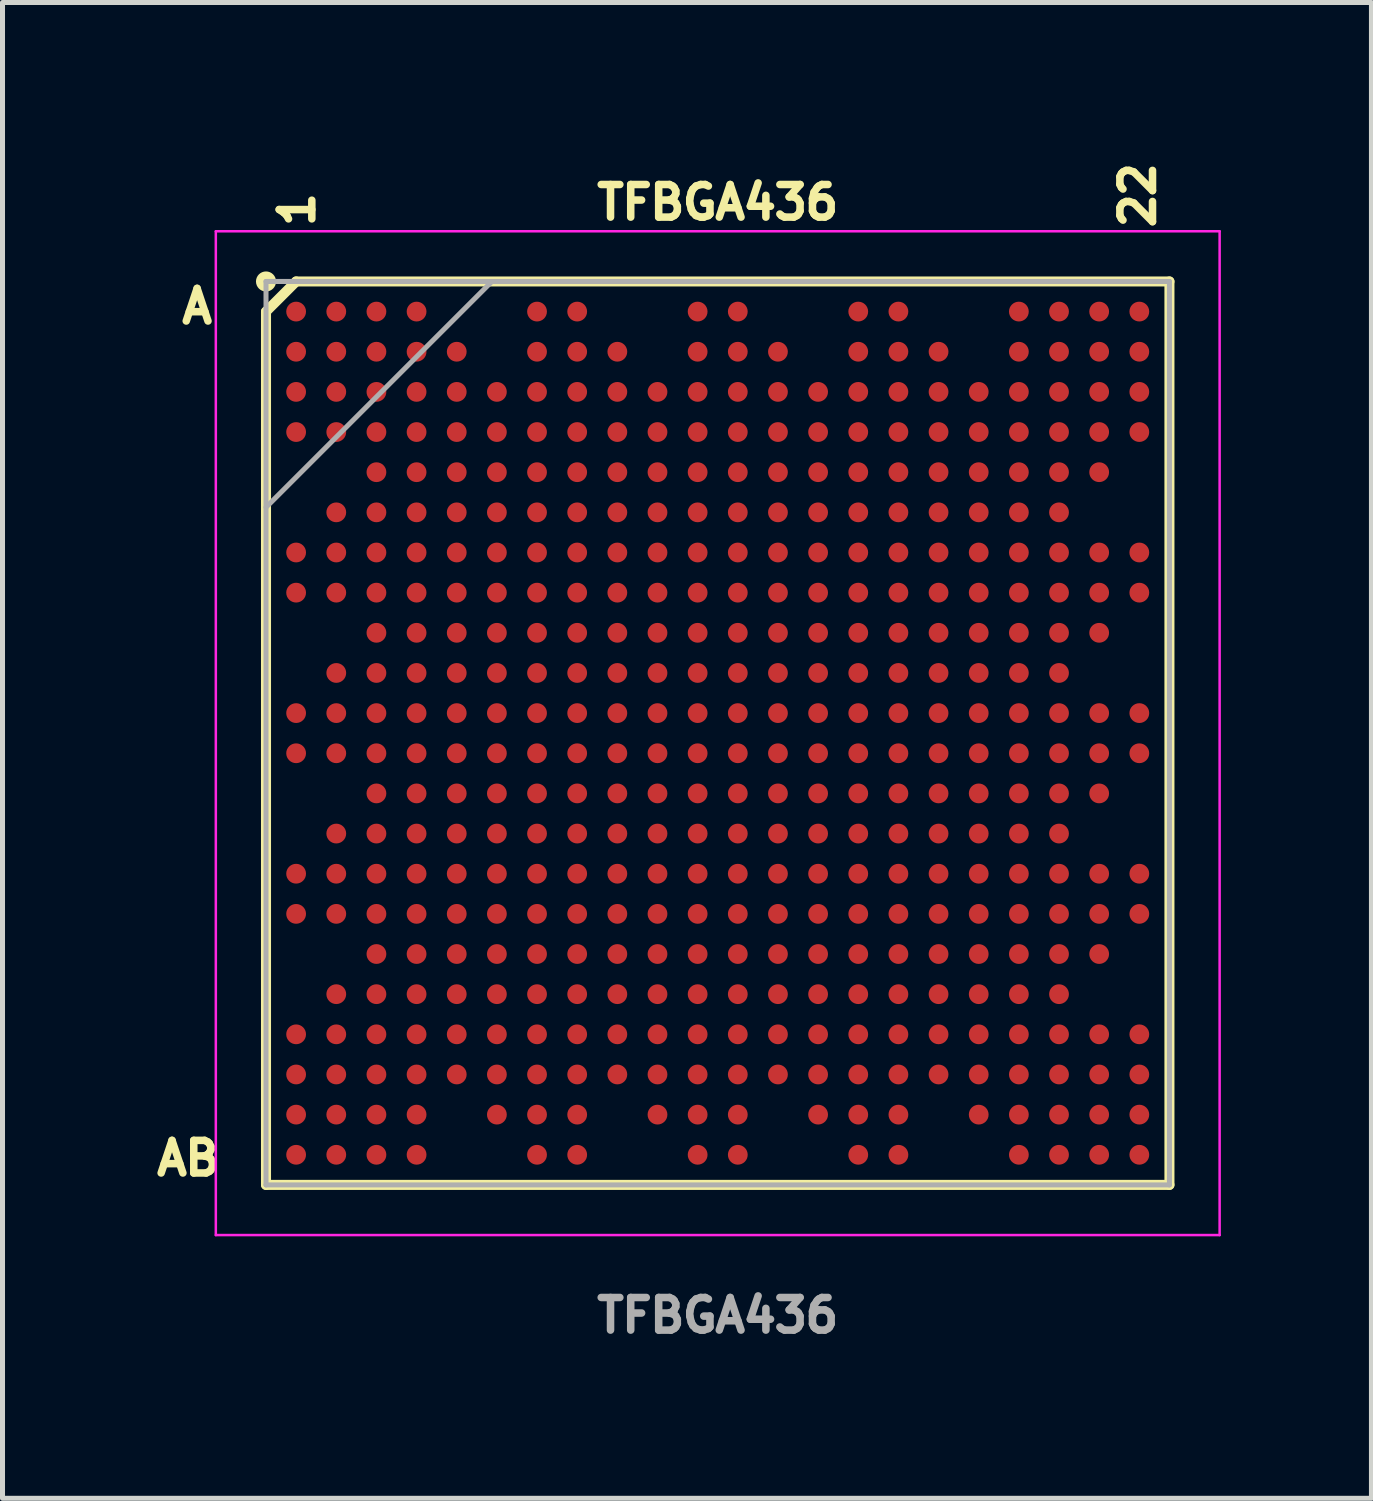
<source format=kicad_pcb>
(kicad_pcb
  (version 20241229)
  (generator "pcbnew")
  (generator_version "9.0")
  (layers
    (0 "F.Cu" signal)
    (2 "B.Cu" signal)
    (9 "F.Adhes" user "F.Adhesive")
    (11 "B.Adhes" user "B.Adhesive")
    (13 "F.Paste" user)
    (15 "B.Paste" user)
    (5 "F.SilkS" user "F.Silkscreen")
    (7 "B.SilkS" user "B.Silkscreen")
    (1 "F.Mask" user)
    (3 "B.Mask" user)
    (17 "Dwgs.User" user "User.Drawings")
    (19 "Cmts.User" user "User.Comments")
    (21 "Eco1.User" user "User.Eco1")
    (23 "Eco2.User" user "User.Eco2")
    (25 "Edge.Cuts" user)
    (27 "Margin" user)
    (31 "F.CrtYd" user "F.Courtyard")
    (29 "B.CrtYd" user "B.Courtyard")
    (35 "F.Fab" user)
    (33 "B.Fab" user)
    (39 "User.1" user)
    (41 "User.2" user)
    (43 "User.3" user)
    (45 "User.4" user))
  (footprint "TFBGA436"
    (layer "F.Cu")
    (at 11.25 11.558)
    (property "Reference" "TFBGA436" (at 0 -10.575 0) (layer "F.SilkS") (effects (font (size 0.65 0.65) (thickness 0.15) (bold yes))))
    (attr smd)
    (fp_line (start -9 -8.4) (end -8.4 -9) (stroke (width 0.2) (type solid)) (layer "F.SilkS"))
    (fp_line (start -9 9) (end -9 -8.4) (stroke (width 0.2) (type solid)) (layer "F.SilkS"))
    (fp_line (start -8.4 -9) (end 9 -9) (stroke (width 0.2) (type solid)) (layer "F.SilkS"))
    (fp_line (start 9 -9) (end 9 9) (stroke (width 0.2) (type solid)) (layer "F.SilkS"))
    (fp_line (start 9 9) (end -9 9) (stroke (width 0.2) (type solid)) (layer "F.SilkS"))
    (fp_circle (center -9 -9) (end -9 -8.9) (stroke (width 0.2) (type solid)) (fill no) (layer "F.SilkS"))
    (fp_line (start -10 -10) (end 10 -10) (stroke (width 0.05) (type solid)) (layer "F.CrtYd"))
    (fp_line (start -10 10) (end -10 -10) (stroke (width 0.05) (type solid)) (layer "F.CrtYd"))
    (fp_line (start 10 -10) (end 10 10) (stroke (width 0.05) (type solid)) (layer "F.CrtYd"))
    (fp_line (start 10 10) (end -10 10) (stroke (width 0.05) (type solid)) (layer "F.CrtYd"))
    (fp_line (start -9 -9) (end 9 -9) (stroke (width 0.1) (type solid)) (layer "F.Fab"))
    (fp_line (start -9 -4.5) (end -4.5 -9) (stroke (width 0.1) (type solid)) (layer "F.Fab"))
    (fp_line (start -9 9) (end -9 -9) (stroke (width 0.1) (type solid)) (layer "F.Fab"))
    (fp_line (start 9 -9) (end 9 9) (stroke (width 0.1) (type solid)) (layer "F.Fab"))
    (fp_line (start 9 9) (end -9 9) (stroke (width 0.1) (type solid)) (layer "F.Fab"))
    (fp_text user "AB" (at -11.25 8.85 0) (unlocked yes) (layer "F.SilkS") (effects (font (size 0.65 0.65) (thickness 0.15)) (justify left bottom)))
    (fp_text user "1" (at -8 -10.025 90) (unlocked yes) (layer "F.SilkS") (effects (font (size 0.65 0.65) (thickness 0.15)) (justify left bottom)))
    (fp_text user "22" (at 8.75 -10 90) (unlocked yes) (layer "F.SilkS") (effects (font (size 0.65 0.65) (thickness 0.15)) (justify left bottom)))
    (fp_text user "A" (at -10.75 -8.125 0) (unlocked yes) (layer "F.SilkS") (effects (font (size 0.65 0.65) (thickness 0.15)) (justify left bottom)))
    (fp_text user "${REFERENCE}" (at 0 11.6 0) (layer "F.Fab") (effects (font (size 0.65 0.65) (thickness 0.15) (bold yes))))
    (pad "A1" smd circle (at -8.4 -8.4 90) (size 0.394 0.394) (layers "F.Cu" "F.Mask" "F.Paste"))
    (pad "A2" smd circle (at -7.6 -8.4 90) (size 0.394 0.394) (layers "F.Cu" "F.Mask" "F.Paste"))
    (pad "A3" smd circle (at -6.8 -8.4 90) (size 0.394 0.394) (layers "F.Cu" "F.Mask" "F.Paste"))
    (pad "A4" smd circle (at -6 -8.4 90) (size 0.394 0.394) (layers "F.Cu" "F.Mask" "F.Paste"))
    (pad "A7" smd circle (at -3.6 -8.4 90) (size 0.394 0.394) (layers "F.Cu" "F.Mask" "F.Paste"))
    (pad "A8" smd circle (at -2.8 -8.4 90) (size 0.394 0.394) (layers "F.Cu" "F.Mask" "F.Paste"))
    (pad "A11" smd circle (at -0.4 -8.4 90) (size 0.394 0.394) (layers "F.Cu" "F.Mask" "F.Paste"))
    (pad "A12" smd circle (at 0.4 -8.4 90) (size 0.394 0.394) (layers "F.Cu" "F.Mask" "F.Paste"))
    (pad "A15" smd circle (at 2.8 -8.4 90) (size 0.394 0.394) (layers "F.Cu" "F.Mask" "F.Paste"))
    (pad "A16" smd circle (at 3.6 -8.4 90) (size 0.394 0.394) (layers "F.Cu" "F.Mask" "F.Paste"))
    (pad "A19" smd circle (at 6 -8.4 90) (size 0.394 0.394) (layers "F.Cu" "F.Mask" "F.Paste"))
    (pad "A20" smd circle (at 6.8 -8.4 90) (size 0.394 0.394) (layers "F.Cu" "F.Mask" "F.Paste"))
    (pad "A21" smd circle (at 7.6 -8.4 90) (size 0.394 0.394) (layers "F.Cu" "F.Mask" "F.Paste"))
    (pad "A22" smd circle (at 8.4 -8.4 90) (size 0.394 0.394) (layers "F.Cu" "F.Mask" "F.Paste"))
    (pad "AA1" smd circle (at -8.4 7.6 90) (size 0.394 0.394) (layers "F.Cu" "F.Mask" "F.Paste"))
    (pad "AA2" smd circle (at -7.6 7.6 90) (size 0.394 0.394) (layers "F.Cu" "F.Mask" "F.Paste"))
    (pad "AA3" smd circle (at -6.8 7.6 90) (size 0.394 0.394) (layers "F.Cu" "F.Mask" "F.Paste"))
    (pad "AA4" smd circle (at -6 7.6 90) (size 0.394 0.394) (layers "F.Cu" "F.Mask" "F.Paste"))
    (pad "AA6" smd circle (at -4.4 7.6 90) (size 0.394 0.394) (layers "F.Cu" "F.Mask" "F.Paste"))
    (pad "AA7" smd circle (at -3.6 7.6 90) (size 0.394 0.394) (layers "F.Cu" "F.Mask" "F.Paste"))
    (pad "AA8" smd circle (at -2.8 7.6 90) (size 0.394 0.394) (layers "F.Cu" "F.Mask" "F.Paste"))
    (pad "AA10" smd circle (at -1.2 7.6 90) (size 0.394 0.394) (layers "F.Cu" "F.Mask" "F.Paste"))
    (pad "AA11" smd circle (at -0.4 7.6 90) (size 0.394 0.394) (layers "F.Cu" "F.Mask" "F.Paste"))
    (pad "AA12" smd circle (at 0.4 7.6 90) (size 0.394 0.394) (layers "F.Cu" "F.Mask" "F.Paste"))
    (pad "AA14" smd circle (at 2 7.6 90) (size 0.394 0.394) (layers "F.Cu" "F.Mask" "F.Paste"))
    (pad "AA15" smd circle (at 2.8 7.6 90) (size 0.394 0.394) (layers "F.Cu" "F.Mask" "F.Paste"))
    (pad "AA16" smd circle (at 3.6 7.6 90) (size 0.394 0.394) (layers "F.Cu" "F.Mask" "F.Paste"))
    (pad "AA18" smd circle (at 5.2 7.6 90) (size 0.394 0.394) (layers "F.Cu" "F.Mask" "F.Paste"))
    (pad "AA19" smd circle (at 6 7.6 90) (size 0.394 0.394) (layers "F.Cu" "F.Mask" "F.Paste"))
    (pad "AA20" smd circle (at 6.8 7.6 90) (size 0.394 0.394) (layers "F.Cu" "F.Mask" "F.Paste"))
    (pad "AA21" smd circle (at 7.6 7.6 90) (size 0.394 0.394) (layers "F.Cu" "F.Mask" "F.Paste"))
    (pad "AA22" smd circle (at 8.4 7.6 90) (size 0.394 0.394) (layers "F.Cu" "F.Mask" "F.Paste"))
    (pad "AB1" smd circle (at -8.4 8.4 90) (size 0.394 0.394) (layers "F.Cu" "F.Mask" "F.Paste"))
    (pad "AB2" smd circle (at -7.6 8.4 90) (size 0.394 0.394) (layers "F.Cu" "F.Mask" "F.Paste"))
    (pad "AB3" smd circle (at -6.8 8.4 90) (size 0.394 0.394) (layers "F.Cu" "F.Mask" "F.Paste"))
    (pad "AB4" smd circle (at -6 8.4 90) (size 0.394 0.394) (layers "F.Cu" "F.Mask" "F.Paste"))
    (pad "AB7" smd circle (at -3.6 8.4 90) (size 0.394 0.394) (layers "F.Cu" "F.Mask" "F.Paste"))
    (pad "AB8" smd circle (at -2.8 8.4 90) (size 0.394 0.394) (layers "F.Cu" "F.Mask" "F.Paste"))
    (pad "AB11" smd circle (at -0.4 8.4 90) (size 0.394 0.394) (layers "F.Cu" "F.Mask" "F.Paste"))
    (pad "AB12" smd circle (at 0.4 8.4 90) (size 0.394 0.394) (layers "F.Cu" "F.Mask" "F.Paste"))
    (pad "AB15" smd circle (at 2.8 8.4 90) (size 0.394 0.394) (layers "F.Cu" "F.Mask" "F.Paste"))
    (pad "AB16" smd circle (at 3.6 8.4 90) (size 0.394 0.394) (layers "F.Cu" "F.Mask" "F.Paste"))
    (pad "AB19" smd circle (at 6 8.4 90) (size 0.394 0.394) (layers "F.Cu" "F.Mask" "F.Paste"))
    (pad "AB20" smd circle (at 6.8 8.4 90) (size 0.394 0.394) (layers "F.Cu" "F.Mask" "F.Paste"))
    (pad "AB21" smd circle (at 7.6 8.4 90) (size 0.394 0.394) (layers "F.Cu" "F.Mask" "F.Paste"))
    (pad "AB22" smd circle (at 8.4 8.4 90) (size 0.394 0.394) (layers "F.Cu" "F.Mask" "F.Paste"))
    (pad "B1" smd circle (at -8.4 -7.6 90) (size 0.394 0.394) (layers "F.Cu" "F.Mask" "F.Paste"))
    (pad "B2" smd circle (at -7.6 -7.6 90) (size 0.394 0.394) (layers "F.Cu" "F.Mask" "F.Paste"))
    (pad "B3" smd circle (at -6.8 -7.6 90) (size 0.394 0.394) (layers "F.Cu" "F.Mask" "F.Paste"))
    (pad "B4" smd circle (at -6 -7.6 90) (size 0.394 0.394) (layers "F.Cu" "F.Mask" "F.Paste"))
    (pad "B5" smd circle (at -5.2 -7.6 90) (size 0.394 0.394) (layers "F.Cu" "F.Mask" "F.Paste"))
    (pad "B7" smd circle (at -3.6 -7.6 90) (size 0.394 0.394) (layers "F.Cu" "F.Mask" "F.Paste"))
    (pad "B8" smd circle (at -2.8 -7.6 90) (size 0.394 0.394) (layers "F.Cu" "F.Mask" "F.Paste"))
    (pad "B9" smd circle (at -2 -7.6 90) (size 0.394 0.394) (layers "F.Cu" "F.Mask" "F.Paste"))
    (pad "B11" smd circle (at -0.4 -7.6 90) (size 0.394 0.394) (layers "F.Cu" "F.Mask" "F.Paste"))
    (pad "B12" smd circle (at 0.4 -7.6 90) (size 0.394 0.394) (layers "F.Cu" "F.Mask" "F.Paste"))
    (pad "B13" smd circle (at 1.2 -7.6 90) (size 0.394 0.394) (layers "F.Cu" "F.Mask" "F.Paste"))
    (pad "B15" smd circle (at 2.8 -7.6 90) (size 0.394 0.394) (layers "F.Cu" "F.Mask" "F.Paste"))
    (pad "B16" smd circle (at 3.6 -7.6 90) (size 0.394 0.394) (layers "F.Cu" "F.Mask" "F.Paste"))
    (pad "B17" smd circle (at 4.4 -7.6 90) (size 0.394 0.394) (layers "F.Cu" "F.Mask" "F.Paste"))
    (pad "B19" smd circle (at 6 -7.6 90) (size 0.394 0.394) (layers "F.Cu" "F.Mask" "F.Paste"))
    (pad "B20" smd circle (at 6.8 -7.6 90) (size 0.394 0.394) (layers "F.Cu" "F.Mask" "F.Paste"))
    (pad "B21" smd circle (at 7.6 -7.6 90) (size 0.394 0.394) (layers "F.Cu" "F.Mask" "F.Paste"))
    (pad "B22" smd circle (at 8.4 -7.6 90) (size 0.394 0.394) (layers "F.Cu" "F.Mask" "F.Paste"))
    (pad "C1" smd circle (at -8.4 -6.8 90) (size 0.394 0.394) (layers "F.Cu" "F.Mask" "F.Paste"))
    (pad "C2" smd circle (at -7.6 -6.8 90) (size 0.394 0.394) (layers "F.Cu" "F.Mask" "F.Paste"))
    (pad "C3" smd circle (at -6.8 -6.8 90) (size 0.394 0.394) (layers "F.Cu" "F.Mask" "F.Paste"))
    (pad "C4" smd circle (at -6 -6.8 90) (size 0.394 0.394) (layers "F.Cu" "F.Mask" "F.Paste"))
    (pad "C5" smd circle (at -5.2 -6.8 90) (size 0.394 0.394) (layers "F.Cu" "F.Mask" "F.Paste"))
    (pad "C6" smd circle (at -4.4 -6.8 90) (size 0.394 0.394) (layers "F.Cu" "F.Mask" "F.Paste"))
    (pad "C7" smd circle (at -3.6 -6.8 90) (size 0.394 0.394) (layers "F.Cu" "F.Mask" "F.Paste"))
    (pad "C8" smd circle (at -2.8 -6.8 90) (size 0.394 0.394) (layers "F.Cu" "F.Mask" "F.Paste"))
    (pad "C9" smd circle (at -2 -6.8 90) (size 0.394 0.394) (layers "F.Cu" "F.Mask" "F.Paste"))
    (pad "C10" smd circle (at -1.2 -6.8 90) (size 0.394 0.394) (layers "F.Cu" "F.Mask" "F.Paste"))
    (pad "C11" smd circle (at -0.4 -6.8 90) (size 0.394 0.394) (layers "F.Cu" "F.Mask" "F.Paste"))
    (pad "C12" smd circle (at 0.4 -6.8 90) (size 0.394 0.394) (layers "F.Cu" "F.Mask" "F.Paste"))
    (pad "C13" smd circle (at 1.2 -6.8 90) (size 0.394 0.394) (layers "F.Cu" "F.Mask" "F.Paste"))
    (pad "C14" smd circle (at 2 -6.8 90) (size 0.394 0.394) (layers "F.Cu" "F.Mask" "F.Paste"))
    (pad "C15" smd circle (at 2.8 -6.8 90) (size 0.394 0.394) (layers "F.Cu" "F.Mask" "F.Paste"))
    (pad "C16" smd circle (at 3.6 -6.8 90) (size 0.394 0.394) (layers "F.Cu" "F.Mask" "F.Paste"))
    (pad "C17" smd circle (at 4.4 -6.8 90) (size 0.394 0.394) (layers "F.Cu" "F.Mask" "F.Paste"))
    (pad "C18" smd circle (at 5.2 -6.8 90) (size 0.394 0.394) (layers "F.Cu" "F.Mask" "F.Paste"))
    (pad "C19" smd circle (at 6 -6.8 90) (size 0.394 0.394) (layers "F.Cu" "F.Mask" "F.Paste"))
    (pad "C20" smd circle (at 6.8 -6.8 90) (size 0.394 0.394) (layers "F.Cu" "F.Mask" "F.Paste"))
    (pad "C21" smd circle (at 7.6 -6.8 90) (size 0.394 0.394) (layers "F.Cu" "F.Mask" "F.Paste"))
    (pad "C22" smd circle (at 8.4 -6.8 90) (size 0.394 0.394) (layers "F.Cu" "F.Mask" "F.Paste"))
    (pad "D1" smd circle (at -8.4 -6 90) (size 0.394 0.394) (layers "F.Cu" "F.Mask" "F.Paste"))
    (pad "D2" smd circle (at -7.6 -6 90) (size 0.394 0.394) (layers "F.Cu" "F.Mask" "F.Paste"))
    (pad "D3" smd circle (at -6.8 -6 90) (size 0.394 0.394) (layers "F.Cu" "F.Mask" "F.Paste"))
    (pad "D4" smd circle (at -6 -6 90) (size 0.394 0.394) (layers "F.Cu" "F.Mask" "F.Paste"))
    (pad "D5" smd circle (at -5.2 -6 90) (size 0.394 0.394) (layers "F.Cu" "F.Mask" "F.Paste"))
    (pad "D6" smd circle (at -4.4 -6 90) (size 0.394 0.394) (layers "F.Cu" "F.Mask" "F.Paste"))
    (pad "D7" smd circle (at -3.6 -6 90) (size 0.394 0.394) (layers "F.Cu" "F.Mask" "F.Paste"))
    (pad "D8" smd circle (at -2.8 -6 90) (size 0.394 0.394) (layers "F.Cu" "F.Mask" "F.Paste"))
    (pad "D9" smd circle (at -2 -6 90) (size 0.394 0.394) (layers "F.Cu" "F.Mask" "F.Paste"))
    (pad "D10" smd circle (at -1.2 -6 90) (size 0.394 0.394) (layers "F.Cu" "F.Mask" "F.Paste"))
    (pad "D11" smd circle (at -0.4 -6 90) (size 0.394 0.394) (layers "F.Cu" "F.Mask" "F.Paste"))
    (pad "D12" smd circle (at 0.4 -6 90) (size 0.394 0.394) (layers "F.Cu" "F.Mask" "F.Paste"))
    (pad "D13" smd circle (at 1.2 -6 90) (size 0.394 0.394) (layers "F.Cu" "F.Mask" "F.Paste"))
    (pad "D14" smd circle (at 2 -6 90) (size 0.394 0.394) (layers "F.Cu" "F.Mask" "F.Paste"))
    (pad "D15" smd circle (at 2.8 -6 90) (size 0.394 0.394) (layers "F.Cu" "F.Mask" "F.Paste"))
    (pad "D16" smd circle (at 3.6 -6 90) (size 0.394 0.394) (layers "F.Cu" "F.Mask" "F.Paste"))
    (pad "D17" smd circle (at 4.4 -6 90) (size 0.394 0.394) (layers "F.Cu" "F.Mask" "F.Paste"))
    (pad "D18" smd circle (at 5.2 -6 90) (size 0.394 0.394) (layers "F.Cu" "F.Mask" "F.Paste"))
    (pad "D19" smd circle (at 6 -6 90) (size 0.394 0.394) (layers "F.Cu" "F.Mask" "F.Paste"))
    (pad "D20" smd circle (at 6.8 -6 90) (size 0.394 0.394) (layers "F.Cu" "F.Mask" "F.Paste"))
    (pad "D21" smd circle (at 7.6 -6 90) (size 0.394 0.394) (layers "F.Cu" "F.Mask" "F.Paste"))
    (pad "D22" smd circle (at 8.4 -6 90) (size 0.394 0.394) (layers "F.Cu" "F.Mask" "F.Paste"))
    (pad "E3" smd circle (at -6.8 -5.2 90) (size 0.394 0.394) (layers "F.Cu" "F.Mask" "F.Paste"))
    (pad "E4" smd circle (at -6 -5.2 90) (size 0.394 0.394) (layers "F.Cu" "F.Mask" "F.Paste"))
    (pad "E5" smd circle (at -5.2 -5.2 90) (size 0.394 0.394) (layers "F.Cu" "F.Mask" "F.Paste"))
    (pad "E6" smd circle (at -4.4 -5.2 90) (size 0.394 0.394) (layers "F.Cu" "F.Mask" "F.Paste"))
    (pad "E7" smd circle (at -3.6 -5.2 90) (size 0.394 0.394) (layers "F.Cu" "F.Mask" "F.Paste"))
    (pad "E8" smd circle (at -2.8 -5.2 90) (size 0.394 0.394) (layers "F.Cu" "F.Mask" "F.Paste"))
    (pad "E9" smd circle (at -2 -5.2 90) (size 0.394 0.394) (layers "F.Cu" "F.Mask" "F.Paste"))
    (pad "E10" smd circle (at -1.2 -5.2 90) (size 0.394 0.394) (layers "F.Cu" "F.Mask" "F.Paste"))
    (pad "E11" smd circle (at -0.4 -5.2 90) (size 0.394 0.394) (layers "F.Cu" "F.Mask" "F.Paste"))
    (pad "E12" smd circle (at 0.4 -5.2 90) (size 0.394 0.394) (layers "F.Cu" "F.Mask" "F.Paste"))
    (pad "E13" smd circle (at 1.2 -5.2 90) (size 0.394 0.394) (layers "F.Cu" "F.Mask" "F.Paste"))
    (pad "E14" smd circle (at 2 -5.2 90) (size 0.394 0.394) (layers "F.Cu" "F.Mask" "F.Paste"))
    (pad "E15" smd circle (at 2.8 -5.2 90) (size 0.394 0.394) (layers "F.Cu" "F.Mask" "F.Paste"))
    (pad "E16" smd circle (at 3.6 -5.2 90) (size 0.394 0.394) (layers "F.Cu" "F.Mask" "F.Paste"))
    (pad "E17" smd circle (at 4.4 -5.2 90) (size 0.394 0.394) (layers "F.Cu" "F.Mask" "F.Paste"))
    (pad "E18" smd circle (at 5.2 -5.2 90) (size 0.394 0.394) (layers "F.Cu" "F.Mask" "F.Paste"))
    (pad "E19" smd circle (at 6 -5.2 90) (size 0.394 0.394) (layers "F.Cu" "F.Mask" "F.Paste"))
    (pad "E20" smd circle (at 6.8 -5.2 90) (size 0.394 0.394) (layers "F.Cu" "F.Mask" "F.Paste"))
    (pad "E21" smd circle (at 7.6 -5.2 90) (size 0.394 0.394) (layers "F.Cu" "F.Mask" "F.Paste"))
    (pad "F2" smd circle (at -7.6 -4.4 90) (size 0.394 0.394) (layers "F.Cu" "F.Mask" "F.Paste"))
    (pad "F3" smd circle (at -6.8 -4.4 90) (size 0.394 0.394) (layers "F.Cu" "F.Mask" "F.Paste"))
    (pad "F4" smd circle (at -6 -4.4 90) (size 0.394 0.394) (layers "F.Cu" "F.Mask" "F.Paste"))
    (pad "F5" smd circle (at -5.2 -4.4 90) (size 0.394 0.394) (layers "F.Cu" "F.Mask" "F.Paste"))
    (pad "F6" smd circle (at -4.4 -4.4 90) (size 0.394 0.394) (layers "F.Cu" "F.Mask" "F.Paste"))
    (pad "F7" smd circle (at -3.6 -4.4 90) (size 0.394 0.394) (layers "F.Cu" "F.Mask" "F.Paste"))
    (pad "F8" smd circle (at -2.8 -4.4 90) (size 0.394 0.394) (layers "F.Cu" "F.Mask" "F.Paste"))
    (pad "F9" smd circle (at -2 -4.4 90) (size 0.394 0.394) (layers "F.Cu" "F.Mask" "F.Paste"))
    (pad "F10" smd circle (at -1.2 -4.4 90) (size 0.394 0.394) (layers "F.Cu" "F.Mask" "F.Paste"))
    (pad "F11" smd circle (at -0.4 -4.4 90) (size 0.394 0.394) (layers "F.Cu" "F.Mask" "F.Paste"))
    (pad "F12" smd circle (at 0.4 -4.4 90) (size 0.394 0.394) (layers "F.Cu" "F.Mask" "F.Paste"))
    (pad "F13" smd circle (at 1.2 -4.4 90) (size 0.394 0.394) (layers "F.Cu" "F.Mask" "F.Paste"))
    (pad "F14" smd circle (at 2 -4.4 90) (size 0.394 0.394) (layers "F.Cu" "F.Mask" "F.Paste"))
    (pad "F15" smd circle (at 2.8 -4.4 90) (size 0.394 0.394) (layers "F.Cu" "F.Mask" "F.Paste"))
    (pad "F16" smd circle (at 3.6 -4.4 90) (size 0.394 0.394) (layers "F.Cu" "F.Mask" "F.Paste"))
    (pad "F17" smd circle (at 4.4 -4.4 90) (size 0.394 0.394) (layers "F.Cu" "F.Mask" "F.Paste"))
    (pad "F18" smd circle (at 5.2 -4.4 90) (size 0.394 0.394) (layers "F.Cu" "F.Mask" "F.Paste"))
    (pad "F19" smd circle (at 6 -4.4 90) (size 0.394 0.394) (layers "F.Cu" "F.Mask" "F.Paste"))
    (pad "F20" smd circle (at 6.8 -4.4 90) (size 0.394 0.394) (layers "F.Cu" "F.Mask" "F.Paste"))
    (pad "G1" smd circle (at -8.4 -3.6 90) (size 0.394 0.394) (layers "F.Cu" "F.Mask" "F.Paste"))
    (pad "G2" smd circle (at -7.6 -3.6 90) (size 0.394 0.394) (layers "F.Cu" "F.Mask" "F.Paste"))
    (pad "G3" smd circle (at -6.8 -3.6 90) (size 0.394 0.394) (layers "F.Cu" "F.Mask" "F.Paste"))
    (pad "G4" smd circle (at -6 -3.6 90) (size 0.394 0.394) (layers "F.Cu" "F.Mask" "F.Paste"))
    (pad "G5" smd circle (at -5.2 -3.6 90) (size 0.394 0.394) (layers "F.Cu" "F.Mask" "F.Paste"))
    (pad "G6" smd circle (at -4.4 -3.6 90) (size 0.394 0.394) (layers "F.Cu" "F.Mask" "F.Paste"))
    (pad "G7" smd circle (at -3.6 -3.6 90) (size 0.394 0.394) (layers "F.Cu" "F.Mask" "F.Paste"))
    (pad "G8" smd circle (at -2.8 -3.6 90) (size 0.394 0.394) (layers "F.Cu" "F.Mask" "F.Paste"))
    (pad "G9" smd circle (at -2 -3.6 90) (size 0.394 0.394) (layers "F.Cu" "F.Mask" "F.Paste"))
    (pad "G10" smd circle (at -1.2 -3.6 90) (size 0.394 0.394) (layers "F.Cu" "F.Mask" "F.Paste"))
    (pad "G11" smd circle (at -0.4 -3.6 90) (size 0.394 0.394) (layers "F.Cu" "F.Mask" "F.Paste"))
    (pad "G12" smd circle (at 0.4 -3.6 90) (size 0.394 0.394) (layers "F.Cu" "F.Mask" "F.Paste"))
    (pad "G13" smd circle (at 1.2 -3.6 90) (size 0.394 0.394) (layers "F.Cu" "F.Mask" "F.Paste"))
    (pad "G14" smd circle (at 2 -3.6 90) (size 0.394 0.394) (layers "F.Cu" "F.Mask" "F.Paste"))
    (pad "G15" smd circle (at 2.8 -3.6 90) (size 0.394 0.394) (layers "F.Cu" "F.Mask" "F.Paste"))
    (pad "G16" smd circle (at 3.6 -3.6 90) (size 0.394 0.394) (layers "F.Cu" "F.Mask" "F.Paste"))
    (pad "G17" smd circle (at 4.4 -3.6 90) (size 0.394 0.394) (layers "F.Cu" "F.Mask" "F.Paste"))
    (pad "G18" smd circle (at 5.2 -3.6 90) (size 0.394 0.394) (layers "F.Cu" "F.Mask" "F.Paste"))
    (pad "G19" smd circle (at 6 -3.6 90) (size 0.394 0.394) (layers "F.Cu" "F.Mask" "F.Paste"))
    (pad "G20" smd circle (at 6.8 -3.6 90) (size 0.394 0.394) (layers "F.Cu" "F.Mask" "F.Paste"))
    (pad "G21" smd circle (at 7.6 -3.6 90) (size 0.394 0.394) (layers "F.Cu" "F.Mask" "F.Paste"))
    (pad "G22" smd circle (at 8.4 -3.6 90) (size 0.394 0.394) (layers "F.Cu" "F.Mask" "F.Paste"))
    (pad "H1" smd circle (at -8.4 -2.8 90) (size 0.394 0.394) (layers "F.Cu" "F.Mask" "F.Paste"))
    (pad "H2" smd circle (at -7.6 -2.8 90) (size 0.394 0.394) (layers "F.Cu" "F.Mask" "F.Paste"))
    (pad "H3" smd circle (at -6.8 -2.8 90) (size 0.394 0.394) (layers "F.Cu" "F.Mask" "F.Paste"))
    (pad "H4" smd circle (at -6 -2.8 90) (size 0.394 0.394) (layers "F.Cu" "F.Mask" "F.Paste"))
    (pad "H5" smd circle (at -5.2 -2.8 90) (size 0.394 0.394) (layers "F.Cu" "F.Mask" "F.Paste"))
    (pad "H6" smd circle (at -4.4 -2.8 90) (size 0.394 0.394) (layers "F.Cu" "F.Mask" "F.Paste"))
    (pad "H7" smd circle (at -3.6 -2.8 90) (size 0.394 0.394) (layers "F.Cu" "F.Mask" "F.Paste"))
    (pad "H8" smd circle (at -2.8 -2.8 90) (size 0.394 0.394) (layers "F.Cu" "F.Mask" "F.Paste"))
    (pad "H9" smd circle (at -2 -2.8 90) (size 0.394 0.394) (layers "F.Cu" "F.Mask" "F.Paste"))
    (pad "H10" smd circle (at -1.2 -2.8 90) (size 0.394 0.394) (layers "F.Cu" "F.Mask" "F.Paste"))
    (pad "H11" smd circle (at -0.4 -2.8 90) (size 0.394 0.394) (layers "F.Cu" "F.Mask" "F.Paste"))
    (pad "H12" smd circle (at 0.4 -2.8 90) (size 0.394 0.394) (layers "F.Cu" "F.Mask" "F.Paste"))
    (pad "H13" smd circle (at 1.2 -2.8 90) (size 0.394 0.394) (layers "F.Cu" "F.Mask" "F.Paste"))
    (pad "H14" smd circle (at 2 -2.8 90) (size 0.394 0.394) (layers "F.Cu" "F.Mask" "F.Paste"))
    (pad "H15" smd circle (at 2.8 -2.8 90) (size 0.394 0.394) (layers "F.Cu" "F.Mask" "F.Paste"))
    (pad "H16" smd circle (at 3.6 -2.8 90) (size 0.394 0.394) (layers "F.Cu" "F.Mask" "F.Paste"))
    (pad "H17" smd circle (at 4.4 -2.8 90) (size 0.394 0.394) (layers "F.Cu" "F.Mask" "F.Paste"))
    (pad "H18" smd circle (at 5.2 -2.8 90) (size 0.394 0.394) (layers "F.Cu" "F.Mask" "F.Paste"))
    (pad "H19" smd circle (at 6 -2.8 90) (size 0.394 0.394) (layers "F.Cu" "F.Mask" "F.Paste"))
    (pad "H20" smd circle (at 6.8 -2.8 90) (size 0.394 0.394) (layers "F.Cu" "F.Mask" "F.Paste"))
    (pad "H21" smd circle (at 7.6 -2.8 90) (size 0.394 0.394) (layers "F.Cu" "F.Mask" "F.Paste"))
    (pad "H22" smd circle (at 8.4 -2.8 90) (size 0.394 0.394) (layers "F.Cu" "F.Mask" "F.Paste"))
    (pad "J3" smd circle (at -6.8 -2 90) (size 0.394 0.394) (layers "F.Cu" "F.Mask" "F.Paste"))
    (pad "J4" smd circle (at -6 -2 90) (size 0.394 0.394) (layers "F.Cu" "F.Mask" "F.Paste"))
    (pad "J5" smd circle (at -5.2 -2 90) (size 0.394 0.394) (layers "F.Cu" "F.Mask" "F.Paste"))
    (pad "J6" smd circle (at -4.4 -2 90) (size 0.394 0.394) (layers "F.Cu" "F.Mask" "F.Paste"))
    (pad "J7" smd circle (at -3.6 -2 90) (size 0.394 0.394) (layers "F.Cu" "F.Mask" "F.Paste"))
    (pad "J8" smd circle (at -2.8 -2 90) (size 0.394 0.394) (layers "F.Cu" "F.Mask" "F.Paste"))
    (pad "J9" smd circle (at -2 -2 90) (size 0.394 0.394) (layers "F.Cu" "F.Mask" "F.Paste"))
    (pad "J10" smd circle (at -1.2 -2 90) (size 0.394 0.394) (layers "F.Cu" "F.Mask" "F.Paste"))
    (pad "J11" smd circle (at -0.4 -2 90) (size 0.394 0.394) (layers "F.Cu" "F.Mask" "F.Paste"))
    (pad "J12" smd circle (at 0.4 -2 90) (size 0.394 0.394) (layers "F.Cu" "F.Mask" "F.Paste"))
    (pad "J13" smd circle (at 1.2 -2 90) (size 0.394 0.394) (layers "F.Cu" "F.Mask" "F.Paste"))
    (pad "J14" smd circle (at 2 -2 90) (size 0.394 0.394) (layers "F.Cu" "F.Mask" "F.Paste"))
    (pad "J15" smd circle (at 2.8 -2 90) (size 0.394 0.394) (layers "F.Cu" "F.Mask" "F.Paste"))
    (pad "J16" smd circle (at 3.6 -2 90) (size 0.394 0.394) (layers "F.Cu" "F.Mask" "F.Paste"))
    (pad "J17" smd circle (at 4.4 -2 90) (size 0.394 0.394) (layers "F.Cu" "F.Mask" "F.Paste"))
    (pad "J18" smd circle (at 5.2 -2 90) (size 0.394 0.394) (layers "F.Cu" "F.Mask" "F.Paste"))
    (pad "J19" smd circle (at 6 -2 90) (size 0.394 0.394) (layers "F.Cu" "F.Mask" "F.Paste"))
    (pad "J20" smd circle (at 6.8 -2 90) (size 0.394 0.394) (layers "F.Cu" "F.Mask" "F.Paste"))
    (pad "J21" smd circle (at 7.6 -2 90) (size 0.394 0.394) (layers "F.Cu" "F.Mask" "F.Paste"))
    (pad "K2" smd circle (at -7.6 -1.2 90) (size 0.394 0.394) (layers "F.Cu" "F.Mask" "F.Paste"))
    (pad "K3" smd circle (at -6.8 -1.2 90) (size 0.394 0.394) (layers "F.Cu" "F.Mask" "F.Paste"))
    (pad "K4" smd circle (at -6 -1.2 90) (size 0.394 0.394) (layers "F.Cu" "F.Mask" "F.Paste"))
    (pad "K5" smd circle (at -5.2 -1.2 90) (size 0.394 0.394) (layers "F.Cu" "F.Mask" "F.Paste"))
    (pad "K6" smd circle (at -4.4 -1.2 90) (size 0.394 0.394) (layers "F.Cu" "F.Mask" "F.Paste"))
    (pad "K7" smd circle (at -3.6 -1.2 90) (size 0.394 0.394) (layers "F.Cu" "F.Mask" "F.Paste"))
    (pad "K8" smd circle (at -2.8 -1.2 90) (size 0.394 0.394) (layers "F.Cu" "F.Mask" "F.Paste"))
    (pad "K9" smd circle (at -2 -1.2 90) (size 0.394 0.394) (layers "F.Cu" "F.Mask" "F.Paste"))
    (pad "K10" smd circle (at -1.2 -1.2 90) (size 0.394 0.394) (layers "F.Cu" "F.Mask" "F.Paste"))
    (pad "K11" smd circle (at -0.4 -1.2 90) (size 0.394 0.394) (layers "F.Cu" "F.Mask" "F.Paste"))
    (pad "K12" smd circle (at 0.4 -1.2 90) (size 0.394 0.394) (layers "F.Cu" "F.Mask" "F.Paste"))
    (pad "K13" smd circle (at 1.2 -1.2 90) (size 0.394 0.394) (layers "F.Cu" "F.Mask" "F.Paste"))
    (pad "K14" smd circle (at 2 -1.2 90) (size 0.394 0.394) (layers "F.Cu" "F.Mask" "F.Paste"))
    (pad "K15" smd circle (at 2.8 -1.2 90) (size 0.394 0.394) (layers "F.Cu" "F.Mask" "F.Paste"))
    (pad "K16" smd circle (at 3.6 -1.2 90) (size 0.394 0.394) (layers "F.Cu" "F.Mask" "F.Paste"))
    (pad "K17" smd circle (at 4.4 -1.2 90) (size 0.394 0.394) (layers "F.Cu" "F.Mask" "F.Paste"))
    (pad "K18" smd circle (at 5.2 -1.2 90) (size 0.394 0.394) (layers "F.Cu" "F.Mask" "F.Paste"))
    (pad "K19" smd circle (at 6 -1.2 90) (size 0.394 0.394) (layers "F.Cu" "F.Mask" "F.Paste"))
    (pad "K20" smd circle (at 6.8 -1.2 90) (size 0.394 0.394) (layers "F.Cu" "F.Mask" "F.Paste"))
    (pad "L1" smd circle (at -8.4 -0.4 90) (size 0.394 0.394) (layers "F.Cu" "F.Mask" "F.Paste"))
    (pad "L2" smd circle (at -7.6 -0.4 90) (size 0.394 0.394) (layers "F.Cu" "F.Mask" "F.Paste"))
    (pad "L3" smd circle (at -6.8 -0.4 90) (size 0.394 0.394) (layers "F.Cu" "F.Mask" "F.Paste"))
    (pad "L4" smd circle (at -6 -0.4 90) (size 0.394 0.394) (layers "F.Cu" "F.Mask" "F.Paste"))
    (pad "L5" smd circle (at -5.2 -0.4 90) (size 0.394 0.394) (layers "F.Cu" "F.Mask" "F.Paste"))
    (pad "L6" smd circle (at -4.4 -0.4 90) (size 0.394 0.394) (layers "F.Cu" "F.Mask" "F.Paste"))
    (pad "L7" smd circle (at -3.6 -0.4 90) (size 0.394 0.394) (layers "F.Cu" "F.Mask" "F.Paste"))
    (pad "L8" smd circle (at -2.8 -0.4 90) (size 0.394 0.394) (layers "F.Cu" "F.Mask" "F.Paste"))
    (pad "L9" smd circle (at -2 -0.4 90) (size 0.394 0.394) (layers "F.Cu" "F.Mask" "F.Paste"))
    (pad "L10" smd circle (at -1.2 -0.4 90) (size 0.394 0.394) (layers "F.Cu" "F.Mask" "F.Paste"))
    (pad "L11" smd circle (at -0.4 -0.4 90) (size 0.394 0.394) (layers "F.Cu" "F.Mask" "F.Paste"))
    (pad "L12" smd circle (at 0.4 -0.4 90) (size 0.394 0.394) (layers "F.Cu" "F.Mask" "F.Paste"))
    (pad "L13" smd circle (at 1.2 -0.4 90) (size 0.394 0.394) (layers "F.Cu" "F.Mask" "F.Paste"))
    (pad "L14" smd circle (at 2 -0.4 90) (size 0.394 0.394) (layers "F.Cu" "F.Mask" "F.Paste"))
    (pad "L15" smd circle (at 2.8 -0.4 90) (size 0.394 0.394) (layers "F.Cu" "F.Mask" "F.Paste"))
    (pad "L16" smd circle (at 3.6 -0.4 90) (size 0.394 0.394) (layers "F.Cu" "F.Mask" "F.Paste"))
    (pad "L17" smd circle (at 4.4 -0.4 90) (size 0.394 0.394) (layers "F.Cu" "F.Mask" "F.Paste"))
    (pad "L18" smd circle (at 5.2 -0.4 90) (size 0.394 0.394) (layers "F.Cu" "F.Mask" "F.Paste"))
    (pad "L19" smd circle (at 6 -0.4 90) (size 0.394 0.394) (layers "F.Cu" "F.Mask" "F.Paste"))
    (pad "L20" smd circle (at 6.8 -0.4 90) (size 0.394 0.394) (layers "F.Cu" "F.Mask" "F.Paste"))
    (pad "L21" smd circle (at 7.6 -0.4 90) (size 0.394 0.394) (layers "F.Cu" "F.Mask" "F.Paste"))
    (pad "L22" smd circle (at 8.4 -0.4 90) (size 0.394 0.394) (layers "F.Cu" "F.Mask" "F.Paste"))
    (pad "M1" smd circle (at -8.4 0.4 90) (size 0.394 0.394) (layers "F.Cu" "F.Mask" "F.Paste"))
    (pad "M2" smd circle (at -7.6 0.4 90) (size 0.394 0.394) (layers "F.Cu" "F.Mask" "F.Paste"))
    (pad "M3" smd circle (at -6.8 0.4 90) (size 0.394 0.394) (layers "F.Cu" "F.Mask" "F.Paste"))
    (pad "M4" smd circle (at -6 0.4 90) (size 0.394 0.394) (layers "F.Cu" "F.Mask" "F.Paste"))
    (pad "M5" smd circle (at -5.2 0.4 90) (size 0.394 0.394) (layers "F.Cu" "F.Mask" "F.Paste"))
    (pad "M6" smd circle (at -4.4 0.4 90) (size 0.394 0.394) (layers "F.Cu" "F.Mask" "F.Paste"))
    (pad "M7" smd circle (at -3.6 0.4 90) (size 0.394 0.394) (layers "F.Cu" "F.Mask" "F.Paste"))
    (pad "M8" smd circle (at -2.8 0.4 90) (size 0.394 0.394) (layers "F.Cu" "F.Mask" "F.Paste"))
    (pad "M9" smd circle (at -2 0.4 90) (size 0.394 0.394) (layers "F.Cu" "F.Mask" "F.Paste"))
    (pad "M10" smd circle (at -1.2 0.4 90) (size 0.394 0.394) (layers "F.Cu" "F.Mask" "F.Paste"))
    (pad "M11" smd circle (at -0.4 0.4 90) (size 0.394 0.394) (layers "F.Cu" "F.Mask" "F.Paste"))
    (pad "M12" smd circle (at 0.4 0.4 90) (size 0.394 0.394) (layers "F.Cu" "F.Mask" "F.Paste"))
    (pad "M13" smd circle (at 1.2 0.4 90) (size 0.394 0.394) (layers "F.Cu" "F.Mask" "F.Paste"))
    (pad "M14" smd circle (at 2 0.4 90) (size 0.394 0.394) (layers "F.Cu" "F.Mask" "F.Paste"))
    (pad "M15" smd circle (at 2.8 0.4 90) (size 0.394 0.394) (layers "F.Cu" "F.Mask" "F.Paste"))
    (pad "M16" smd circle (at 3.6 0.4 90) (size 0.394 0.394) (layers "F.Cu" "F.Mask" "F.Paste"))
    (pad "M17" smd circle (at 4.4 0.4 90) (size 0.394 0.394) (layers "F.Cu" "F.Mask" "F.Paste"))
    (pad "M18" smd circle (at 5.2 0.4 90) (size 0.394 0.394) (layers "F.Cu" "F.Mask" "F.Paste"))
    (pad "M19" smd circle (at 6 0.4 90) (size 0.394 0.394) (layers "F.Cu" "F.Mask" "F.Paste"))
    (pad "M20" smd circle (at 6.8 0.4 90) (size 0.394 0.394) (layers "F.Cu" "F.Mask" "F.Paste"))
    (pad "M21" smd circle (at 7.6 0.4 90) (size 0.394 0.394) (layers "F.Cu" "F.Mask" "F.Paste"))
    (pad "M22" smd circle (at 8.4 0.4 90) (size 0.394 0.394) (layers "F.Cu" "F.Mask" "F.Paste"))
    (pad "N3" smd circle (at -6.8 1.2 90) (size 0.394 0.394) (layers "F.Cu" "F.Mask" "F.Paste"))
    (pad "N4" smd circle (at -6 1.2 90) (size 0.394 0.394) (layers "F.Cu" "F.Mask" "F.Paste"))
    (pad "N5" smd circle (at -5.2 1.2 90) (size 0.394 0.394) (layers "F.Cu" "F.Mask" "F.Paste"))
    (pad "N6" smd circle (at -4.4 1.2 90) (size 0.394 0.394) (layers "F.Cu" "F.Mask" "F.Paste"))
    (pad "N7" smd circle (at -3.6 1.2 90) (size 0.394 0.394) (layers "F.Cu" "F.Mask" "F.Paste"))
    (pad "N8" smd circle (at -2.8 1.2 90) (size 0.394 0.394) (layers "F.Cu" "F.Mask" "F.Paste"))
    (pad "N9" smd circle (at -2 1.2 90) (size 0.394 0.394) (layers "F.Cu" "F.Mask" "F.Paste"))
    (pad "N10" smd circle (at -1.2 1.2 90) (size 0.394 0.394) (layers "F.Cu" "F.Mask" "F.Paste"))
    (pad "N11" smd circle (at -0.4 1.2 90) (size 0.394 0.394) (layers "F.Cu" "F.Mask" "F.Paste"))
    (pad "N12" smd circle (at 0.4 1.2 90) (size 0.394 0.394) (layers "F.Cu" "F.Mask" "F.Paste"))
    (pad "N13" smd circle (at 1.2 1.2 90) (size 0.394 0.394) (layers "F.Cu" "F.Mask" "F.Paste"))
    (pad "N14" smd circle (at 2 1.2 90) (size 0.394 0.394) (layers "F.Cu" "F.Mask" "F.Paste"))
    (pad "N15" smd circle (at 2.8 1.2 90) (size 0.394 0.394) (layers "F.Cu" "F.Mask" "F.Paste"))
    (pad "N16" smd circle (at 3.6 1.2 90) (size 0.394 0.394) (layers "F.Cu" "F.Mask" "F.Paste"))
    (pad "N17" smd circle (at 4.4 1.2 90) (size 0.394 0.394) (layers "F.Cu" "F.Mask" "F.Paste"))
    (pad "N18" smd circle (at 5.2 1.2 90) (size 0.394 0.394) (layers "F.Cu" "F.Mask" "F.Paste"))
    (pad "N19" smd circle (at 6 1.2 90) (size 0.394 0.394) (layers "F.Cu" "F.Mask" "F.Paste"))
    (pad "N20" smd circle (at 6.8 1.2 90) (size 0.394 0.394) (layers "F.Cu" "F.Mask" "F.Paste"))
    (pad "N21" smd circle (at 7.6 1.2 90) (size 0.394 0.394) (layers "F.Cu" "F.Mask" "F.Paste"))
    (pad "P2" smd circle (at -7.6 2 90) (size 0.394 0.394) (layers "F.Cu" "F.Mask" "F.Paste"))
    (pad "P3" smd circle (at -6.8 2 90) (size 0.394 0.394) (layers "F.Cu" "F.Mask" "F.Paste"))
    (pad "P4" smd circle (at -6 2 90) (size 0.394 0.394) (layers "F.Cu" "F.Mask" "F.Paste"))
    (pad "P5" smd circle (at -5.2 2 90) (size 0.394 0.394) (layers "F.Cu" "F.Mask" "F.Paste"))
    (pad "P6" smd circle (at -4.4 2 90) (size 0.394 0.394) (layers "F.Cu" "F.Mask" "F.Paste"))
    (pad "P7" smd circle (at -3.6 2 90) (size 0.394 0.394) (layers "F.Cu" "F.Mask" "F.Paste"))
    (pad "P8" smd circle (at -2.8 2 90) (size 0.394 0.394) (layers "F.Cu" "F.Mask" "F.Paste"))
    (pad "P9" smd circle (at -2 2 90) (size 0.394 0.394) (layers "F.Cu" "F.Mask" "F.Paste"))
    (pad "P10" smd circle (at -1.2 2 90) (size 0.394 0.394) (layers "F.Cu" "F.Mask" "F.Paste"))
    (pad "P11" smd circle (at -0.4 2 90) (size 0.394 0.394) (layers "F.Cu" "F.Mask" "F.Paste"))
    (pad "P12" smd circle (at 0.4 2 90) (size 0.394 0.394) (layers "F.Cu" "F.Mask" "F.Paste"))
    (pad "P13" smd circle (at 1.2 2 90) (size 0.394 0.394) (layers "F.Cu" "F.Mask" "F.Paste"))
    (pad "P14" smd circle (at 2 2 90) (size 0.394 0.394) (layers "F.Cu" "F.Mask" "F.Paste"))
    (pad "P15" smd circle (at 2.8 2 90) (size 0.394 0.394) (layers "F.Cu" "F.Mask" "F.Paste"))
    (pad "P16" smd circle (at 3.6 2 90) (size 0.394 0.394) (layers "F.Cu" "F.Mask" "F.Paste"))
    (pad "P17" smd circle (at 4.4 2 90) (size 0.394 0.394) (layers "F.Cu" "F.Mask" "F.Paste"))
    (pad "P18" smd circle (at 5.2 2 90) (size 0.394 0.394) (layers "F.Cu" "F.Mask" "F.Paste"))
    (pad "P19" smd circle (at 6 2 90) (size 0.394 0.394) (layers "F.Cu" "F.Mask" "F.Paste"))
    (pad "P20" smd circle (at 6.8 2 90) (size 0.394 0.394) (layers "F.Cu" "F.Mask" "F.Paste"))
    (pad "R1" smd circle (at -8.4 2.8 90) (size 0.394 0.394) (layers "F.Cu" "F.Mask" "F.Paste"))
    (pad "R2" smd circle (at -7.6 2.8 90) (size 0.394 0.394) (layers "F.Cu" "F.Mask" "F.Paste"))
    (pad "R3" smd circle (at -6.8 2.8 90) (size 0.394 0.394) (layers "F.Cu" "F.Mask" "F.Paste"))
    (pad "R4" smd circle (at -6 2.8 90) (size 0.394 0.394) (layers "F.Cu" "F.Mask" "F.Paste"))
    (pad "R5" smd circle (at -5.2 2.8 90) (size 0.394 0.394) (layers "F.Cu" "F.Mask" "F.Paste"))
    (pad "R6" smd circle (at -4.4 2.8 90) (size 0.394 0.394) (layers "F.Cu" "F.Mask" "F.Paste"))
    (pad "R7" smd circle (at -3.6 2.8 90) (size 0.394 0.394) (layers "F.Cu" "F.Mask" "F.Paste"))
    (pad "R8" smd circle (at -2.8 2.8 90) (size 0.394 0.394) (layers "F.Cu" "F.Mask" "F.Paste"))
    (pad "R9" smd circle (at -2 2.8 90) (size 0.394 0.394) (layers "F.Cu" "F.Mask" "F.Paste"))
    (pad "R10" smd circle (at -1.2 2.8 90) (size 0.394 0.394) (layers "F.Cu" "F.Mask" "F.Paste"))
    (pad "R11" smd circle (at -0.4 2.8 90) (size 0.394 0.394) (layers "F.Cu" "F.Mask" "F.Paste"))
    (pad "R12" smd circle (at 0.4 2.8 90) (size 0.394 0.394) (layers "F.Cu" "F.Mask" "F.Paste"))
    (pad "R13" smd circle (at 1.2 2.8 90) (size 0.394 0.394) (layers "F.Cu" "F.Mask" "F.Paste"))
    (pad "R14" smd circle (at 2 2.8 90) (size 0.394 0.394) (layers "F.Cu" "F.Mask" "F.Paste"))
    (pad "R15" smd circle (at 2.8 2.8 90) (size 0.394 0.394) (layers "F.Cu" "F.Mask" "F.Paste"))
    (pad "R16" smd circle (at 3.6 2.8 90) (size 0.394 0.394) (layers "F.Cu" "F.Mask" "F.Paste"))
    (pad "R17" smd circle (at 4.4 2.8 90) (size 0.394 0.394) (layers "F.Cu" "F.Mask" "F.Paste"))
    (pad "R18" smd circle (at 5.2 2.8 90) (size 0.394 0.394) (layers "F.Cu" "F.Mask" "F.Paste"))
    (pad "R19" smd circle (at 6 2.8 90) (size 0.394 0.394) (layers "F.Cu" "F.Mask" "F.Paste"))
    (pad "R20" smd circle (at 6.8 2.8 90) (size 0.394 0.394) (layers "F.Cu" "F.Mask" "F.Paste"))
    (pad "R21" smd circle (at 7.6 2.8 90) (size 0.394 0.394) (layers "F.Cu" "F.Mask" "F.Paste"))
    (pad "R22" smd circle (at 8.4 2.8 90) (size 0.394 0.394) (layers "F.Cu" "F.Mask" "F.Paste"))
    (pad "T1" smd circle (at -8.4 3.6 90) (size 0.394 0.394) (layers "F.Cu" "F.Mask" "F.Paste"))
    (pad "T2" smd circle (at -7.6 3.6 90) (size 0.394 0.394) (layers "F.Cu" "F.Mask" "F.Paste"))
    (pad "T3" smd circle (at -6.8 3.6 90) (size 0.394 0.394) (layers "F.Cu" "F.Mask" "F.Paste"))
    (pad "T4" smd circle (at -6 3.6 90) (size 0.394 0.394) (layers "F.Cu" "F.Mask" "F.Paste"))
    (pad "T5" smd circle (at -5.2 3.6 90) (size 0.394 0.394) (layers "F.Cu" "F.Mask" "F.Paste"))
    (pad "T6" smd circle (at -4.4 3.6 90) (size 0.394 0.394) (layers "F.Cu" "F.Mask" "F.Paste"))
    (pad "T7" smd circle (at -3.6 3.6 90) (size 0.394 0.394) (layers "F.Cu" "F.Mask" "F.Paste"))
    (pad "T8" smd circle (at -2.8 3.6 90) (size 0.394 0.394) (layers "F.Cu" "F.Mask" "F.Paste"))
    (pad "T9" smd circle (at -2 3.6 90) (size 0.394 0.394) (layers "F.Cu" "F.Mask" "F.Paste"))
    (pad "T10" smd circle (at -1.2 3.6 90) (size 0.394 0.394) (layers "F.Cu" "F.Mask" "F.Paste"))
    (pad "T11" smd circle (at -0.4 3.6 90) (size 0.394 0.394) (layers "F.Cu" "F.Mask" "F.Paste"))
    (pad "T12" smd circle (at 0.4 3.6 90) (size 0.394 0.394) (layers "F.Cu" "F.Mask" "F.Paste"))
    (pad "T13" smd circle (at 1.2 3.6 90) (size 0.394 0.394) (layers "F.Cu" "F.Mask" "F.Paste"))
    (pad "T14" smd circle (at 2 3.6 90) (size 0.394 0.394) (layers "F.Cu" "F.Mask" "F.Paste"))
    (pad "T15" smd circle (at 2.8 3.6 90) (size 0.394 0.394) (layers "F.Cu" "F.Mask" "F.Paste"))
    (pad "T16" smd circle (at 3.6 3.6 90) (size 0.394 0.394) (layers "F.Cu" "F.Mask" "F.Paste"))
    (pad "T17" smd circle (at 4.4 3.6 90) (size 0.394 0.394) (layers "F.Cu" "F.Mask" "F.Paste"))
    (pad "T18" smd circle (at 5.2 3.6 90) (size 0.394 0.394) (layers "F.Cu" "F.Mask" "F.Paste"))
    (pad "T19" smd circle (at 6 3.6 90) (size 0.394 0.394) (layers "F.Cu" "F.Mask" "F.Paste"))
    (pad "T20" smd circle (at 6.8 3.6 90) (size 0.394 0.394) (layers "F.Cu" "F.Mask" "F.Paste"))
    (pad "T21" smd circle (at 7.6 3.6 90) (size 0.394 0.394) (layers "F.Cu" "F.Mask" "F.Paste"))
    (pad "T22" smd circle (at 8.4 3.6 90) (size 0.394 0.394) (layers "F.Cu" "F.Mask" "F.Paste"))
    (pad "U3" smd circle (at -6.8 4.4 90) (size 0.394 0.394) (layers "F.Cu" "F.Mask" "F.Paste"))
    (pad "U4" smd circle (at -6 4.4 90) (size 0.394 0.394) (layers "F.Cu" "F.Mask" "F.Paste"))
    (pad "U5" smd circle (at -5.2 4.4 90) (size 0.394 0.394) (layers "F.Cu" "F.Mask" "F.Paste"))
    (pad "U6" smd circle (at -4.4 4.4 90) (size 0.394 0.394) (layers "F.Cu" "F.Mask" "F.Paste"))
    (pad "U7" smd circle (at -3.6 4.4 90) (size 0.394 0.394) (layers "F.Cu" "F.Mask" "F.Paste"))
    (pad "U8" smd circle (at -2.8 4.4 90) (size 0.394 0.394) (layers "F.Cu" "F.Mask" "F.Paste"))
    (pad "U9" smd circle (at -2 4.4 90) (size 0.394 0.394) (layers "F.Cu" "F.Mask" "F.Paste"))
    (pad "U10" smd circle (at -1.2 4.4 90) (size 0.394 0.394) (layers "F.Cu" "F.Mask" "F.Paste"))
    (pad "U11" smd circle (at -0.4 4.4 90) (size 0.394 0.394) (layers "F.Cu" "F.Mask" "F.Paste"))
    (pad "U12" smd circle (at 0.4 4.4 90) (size 0.394 0.394) (layers "F.Cu" "F.Mask" "F.Paste"))
    (pad "U13" smd circle (at 1.2 4.4 90) (size 0.394 0.394) (layers "F.Cu" "F.Mask" "F.Paste"))
    (pad "U14" smd circle (at 2 4.4 90) (size 0.394 0.394) (layers "F.Cu" "F.Mask" "F.Paste"))
    (pad "U15" smd circle (at 2.8 4.4 90) (size 0.394 0.394) (layers "F.Cu" "F.Mask" "F.Paste"))
    (pad "U16" smd circle (at 3.6 4.4 90) (size 0.394 0.394) (layers "F.Cu" "F.Mask" "F.Paste"))
    (pad "U17" smd circle (at 4.4 4.4 90) (size 0.394 0.394) (layers "F.Cu" "F.Mask" "F.Paste"))
    (pad "U18" smd circle (at 5.2 4.4 90) (size 0.394 0.394) (layers "F.Cu" "F.Mask" "F.Paste"))
    (pad "U19" smd circle (at 6 4.4 90) (size 0.394 0.394) (layers "F.Cu" "F.Mask" "F.Paste"))
    (pad "U20" smd circle (at 6.8 4.4 90) (size 0.394 0.394) (layers "F.Cu" "F.Mask" "F.Paste"))
    (pad "U21" smd circle (at 7.6 4.4 90) (size 0.394 0.394) (layers "F.Cu" "F.Mask" "F.Paste"))
    (pad "V2" smd circle (at -7.6 5.2 90) (size 0.394 0.394) (layers "F.Cu" "F.Mask" "F.Paste"))
    (pad "V3" smd circle (at -6.8 5.2 90) (size 0.394 0.394) (layers "F.Cu" "F.Mask" "F.Paste"))
    (pad "V4" smd circle (at -6 5.2 90) (size 0.394 0.394) (layers "F.Cu" "F.Mask" "F.Paste"))
    (pad "V5" smd circle (at -5.2 5.2 90) (size 0.394 0.394) (layers "F.Cu" "F.Mask" "F.Paste"))
    (pad "V6" smd circle (at -4.4 5.2 90) (size 0.394 0.394) (layers "F.Cu" "F.Mask" "F.Paste"))
    (pad "V7" smd circle (at -3.6 5.2 90) (size 0.394 0.394) (layers "F.Cu" "F.Mask" "F.Paste"))
    (pad "V8" smd circle (at -2.8 5.2 90) (size 0.394 0.394) (layers "F.Cu" "F.Mask" "F.Paste"))
    (pad "V9" smd circle (at -2 5.2 90) (size 0.394 0.394) (layers "F.Cu" "F.Mask" "F.Paste"))
    (pad "V10" smd circle (at -1.2 5.2 90) (size 0.394 0.394) (layers "F.Cu" "F.Mask" "F.Paste"))
    (pad "V11" smd circle (at -0.4 5.2 90) (size 0.394 0.394) (layers "F.Cu" "F.Mask" "F.Paste"))
    (pad "V12" smd circle (at 0.4 5.2 90) (size 0.394 0.394) (layers "F.Cu" "F.Mask" "F.Paste"))
    (pad "V13" smd circle (at 1.2 5.2 90) (size 0.394 0.394) (layers "F.Cu" "F.Mask" "F.Paste"))
    (pad "V14" smd circle (at 2 5.2 90) (size 0.394 0.394) (layers "F.Cu" "F.Mask" "F.Paste"))
    (pad "V15" smd circle (at 2.8 5.2 90) (size 0.394 0.394) (layers "F.Cu" "F.Mask" "F.Paste"))
    (pad "V16" smd circle (at 3.6 5.2 90) (size 0.394 0.394) (layers "F.Cu" "F.Mask" "F.Paste"))
    (pad "V17" smd circle (at 4.4 5.2 90) (size 0.394 0.394) (layers "F.Cu" "F.Mask" "F.Paste"))
    (pad "V18" smd circle (at 5.2 5.2 90) (size 0.394 0.394) (layers "F.Cu" "F.Mask" "F.Paste"))
    (pad "V19" smd circle (at 6 5.2 90) (size 0.394 0.394) (layers "F.Cu" "F.Mask" "F.Paste"))
    (pad "V20" smd circle (at 6.8 5.2 90) (size 0.394 0.394) (layers "F.Cu" "F.Mask" "F.Paste"))
    (pad "W1" smd circle (at -8.4 6 90) (size 0.394 0.394) (layers "F.Cu" "F.Mask" "F.Paste"))
    (pad "W2" smd circle (at -7.6 6 90) (size 0.394 0.394) (layers "F.Cu" "F.Mask" "F.Paste"))
    (pad "W3" smd circle (at -6.8 6 90) (size 0.394 0.394) (layers "F.Cu" "F.Mask" "F.Paste"))
    (pad "W4" smd circle (at -6 6 90) (size 0.394 0.394) (layers "F.Cu" "F.Mask" "F.Paste"))
    (pad "W5" smd circle (at -5.2 6 90) (size 0.394 0.394) (layers "F.Cu" "F.Mask" "F.Paste"))
    (pad "W6" smd circle (at -4.4 6 90) (size 0.394 0.394) (layers "F.Cu" "F.Mask" "F.Paste"))
    (pad "W7" smd circle (at -3.6 6 90) (size 0.394 0.394) (layers "F.Cu" "F.Mask" "F.Paste"))
    (pad "W8" smd circle (at -2.8 6 90) (size 0.394 0.394) (layers "F.Cu" "F.Mask" "F.Paste"))
    (pad "W9" smd circle (at -2 6 90) (size 0.394 0.394) (layers "F.Cu" "F.Mask" "F.Paste"))
    (pad "W10" smd circle (at -1.2 6 90) (size 0.394 0.394) (layers "F.Cu" "F.Mask" "F.Paste"))
    (pad "W11" smd circle (at -0.4 6 90) (size 0.394 0.394) (layers "F.Cu" "F.Mask" "F.Paste"))
    (pad "W12" smd circle (at 0.4 6 90) (size 0.394 0.394) (layers "F.Cu" "F.Mask" "F.Paste"))
    (pad "W13" smd circle (at 1.2 6 90) (size 0.394 0.394) (layers "F.Cu" "F.Mask" "F.Paste"))
    (pad "W14" smd circle (at 2 6 90) (size 0.394 0.394) (layers "F.Cu" "F.Mask" "F.Paste"))
    (pad "W15" smd circle (at 2.8 6 90) (size 0.394 0.394) (layers "F.Cu" "F.Mask" "F.Paste"))
    (pad "W16" smd circle (at 3.6 6 90) (size 0.394 0.394) (layers "F.Cu" "F.Mask" "F.Paste"))
    (pad "W17" smd circle (at 4.4 6 90) (size 0.394 0.394) (layers "F.Cu" "F.Mask" "F.Paste"))
    (pad "W18" smd circle (at 5.2 6 90) (size 0.394 0.394) (layers "F.Cu" "F.Mask" "F.Paste"))
    (pad "W19" smd circle (at 6 6 90) (size 0.394 0.394) (layers "F.Cu" "F.Mask" "F.Paste"))
    (pad "W20" smd circle (at 6.8 6 90) (size 0.394 0.394) (layers "F.Cu" "F.Mask" "F.Paste"))
    (pad "W21" smd circle (at 7.6 6 90) (size 0.394 0.394) (layers "F.Cu" "F.Mask" "F.Paste"))
    (pad "W22" smd circle (at 8.4 6 90) (size 0.394 0.394) (layers "F.Cu" "F.Mask" "F.Paste"))
    (pad "Y1" smd circle (at -8.4 6.8 90) (size 0.394 0.394) (layers "F.Cu" "F.Mask" "F.Paste"))
    (pad "Y2" smd circle (at -7.6 6.8 90) (size 0.394 0.394) (layers "F.Cu" "F.Mask" "F.Paste"))
    (pad "Y3" smd circle (at -6.8 6.8 90) (size 0.394 0.394) (layers "F.Cu" "F.Mask" "F.Paste"))
    (pad "Y4" smd circle (at -6 6.8 90) (size 0.394 0.394) (layers "F.Cu" "F.Mask" "F.Paste"))
    (pad "Y5" smd circle (at -5.2 6.8 90) (size 0.394 0.394) (layers "F.Cu" "F.Mask" "F.Paste"))
    (pad "Y6" smd circle (at -4.4 6.8 90) (size 0.394 0.394) (layers "F.Cu" "F.Mask" "F.Paste"))
    (pad "Y7" smd circle (at -3.6 6.8 90) (size 0.394 0.394) (layers "F.Cu" "F.Mask" "F.Paste"))
    (pad "Y8" smd circle (at -2.8 6.8 90) (size 0.394 0.394) (layers "F.Cu" "F.Mask" "F.Paste"))
    (pad "Y9" smd circle (at -2 6.8 90) (size 0.394 0.394) (layers "F.Cu" "F.Mask" "F.Paste"))
    (pad "Y10" smd circle (at -1.2 6.8 90) (size 0.394 0.394) (layers "F.Cu" "F.Mask" "F.Paste"))
    (pad "Y11" smd circle (at -0.4 6.8 90) (size 0.394 0.394) (layers "F.Cu" "F.Mask" "F.Paste"))
    (pad "Y12" smd circle (at 0.4 6.8 90) (size 0.394 0.394) (layers "F.Cu" "F.Mask" "F.Paste"))
    (pad "Y13" smd circle (at 1.2 6.8 90) (size 0.394 0.394) (layers "F.Cu" "F.Mask" "F.Paste"))
    (pad "Y14" smd circle (at 2 6.8 90) (size 0.394 0.394) (layers "F.Cu" "F.Mask" "F.Paste"))
    (pad "Y15" smd circle (at 2.8 6.8 90) (size 0.394 0.394) (layers "F.Cu" "F.Mask" "F.Paste"))
    (pad "Y16" smd circle (at 3.6 6.8 90) (size 0.394 0.394) (layers "F.Cu" "F.Mask" "F.Paste"))
    (pad "Y17" smd circle (at 4.4 6.8 90) (size 0.394 0.394) (layers "F.Cu" "F.Mask" "F.Paste"))
    (pad "Y18" smd circle (at 5.2 6.8 90) (size 0.394 0.394) (layers "F.Cu" "F.Mask" "F.Paste"))
    (pad "Y19" smd circle (at 6 6.8 90) (size 0.394 0.394) (layers "F.Cu" "F.Mask" "F.Paste"))
    (pad "Y20" smd circle (at 6.8 6.8 90) (size 0.394 0.394) (layers "F.Cu" "F.Mask" "F.Paste"))
    (pad "Y21" smd circle (at 7.6 6.8 90) (size 0.394 0.394) (layers "F.Cu" "F.Mask" "F.Paste"))
    (pad "Y22" smd circle (at 8.4 6.8 90) (size 0.394 0.394) (layers "F.Cu" "F.Mask" "F.Paste")))
  (gr_rect
    (start -3 -3)
    (end 24.275 26.802)
    (stroke (width 0.1) (type default))
    (fill no)
    (layer "Edge.Cuts")))
</source>
